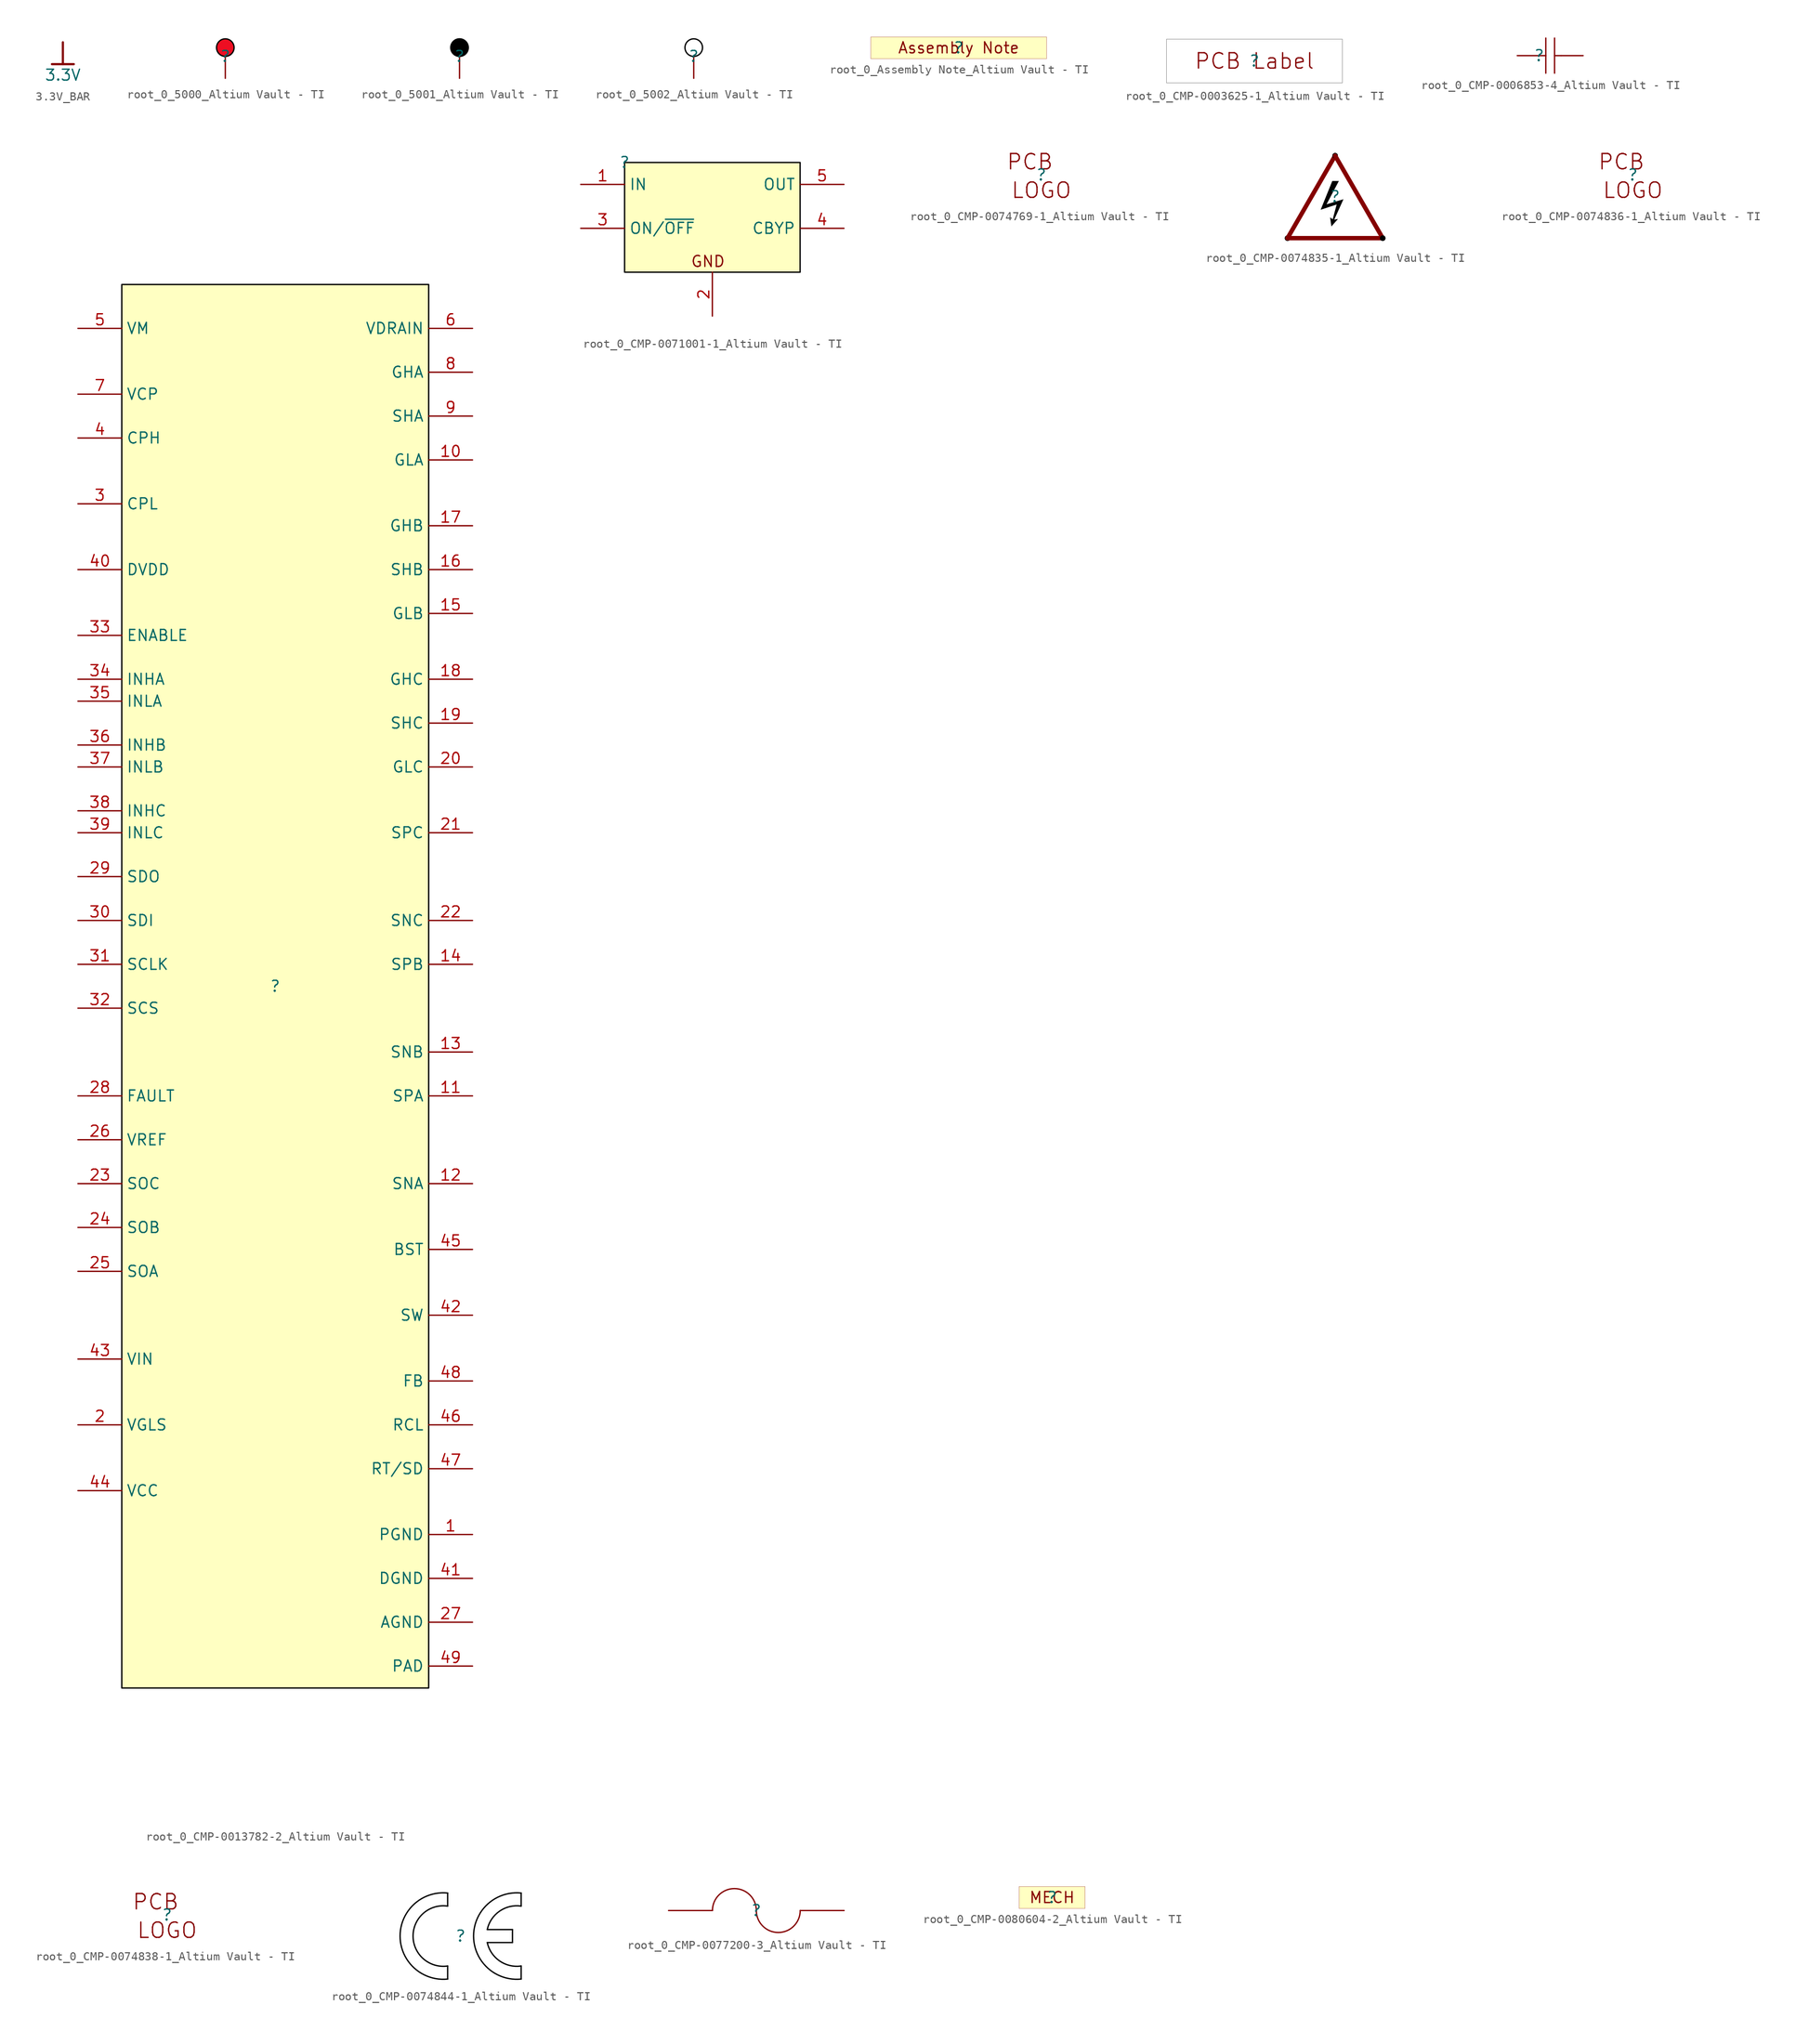
<source format=kicad_sym>
(kicad_symbol_lib
  (version 20241209)
  (generator "kicad_symbol_editor")
  (generator_version "9.0")
  (symbol "3.3V_BAR"
    (power)
    (property "Reference" "#PWR"
      (at 0 0 0)
      (effects (font (size 1.27 1.27)) (hide yes)))
    (property "Value" "3.3V"
      (at 0 -3.81 0)
      (effects (font (size 1.27 1.27))))
    (symbol "3.3V_BAR_0_0"
      (polyline (pts (xy -1.27 -2.54) (xy 1.27 -2.54)) (stroke (width 0.254) (type solid)) (fill (type none)))
      (polyline (pts (xy 0 0) (xy 0 -2.54)) (stroke (width 0.254) (type solid)) (fill (type none)))
      (pin power_in line (at 0 0 0) (length 0) (hide yes) (name "3.3V" (effects (font (size 1.27 1.27)))) (number "" (effects (font (size 1.27 1.27)))))))
  (symbol "root_0_5000_Altium Vault - TI"
    (pin_numbers
      (hide yes))
    (pin_names
      (hide yes))
    (property "Reference" ""
      (at 0 0 0)
      (effects (font (size 1.27 1.27))))
    (property "Value" ""
      (at 0 0 0)
      (effects (font (size 1.27 1.27))))
    (symbol "root_0_5000_Altium Vault - TI_1_0"
      (circle (center 0 1.016) (radius 1.016) (stroke (width 0) (type solid) (color 0 0 0 1)) (fill (type color) (color 238 14 34 1)))
      (pin passive line (at 0 -2.54 90) (length 2.54) (name "" (effects (font (size 1.27 1.27)))) (number "1" (effects (font (size 1.27 1.27)))))))
  (symbol "root_0_5001_Altium Vault - TI"
    (pin_numbers
      (hide yes))
    (pin_names
      (hide yes))
    (property "Reference" ""
      (at 0 0 0)
      (effects (font (size 1.27 1.27))))
    (property "Value" ""
      (at 0 0 0)
      (effects (font (size 1.27 1.27))))
    (symbol "root_0_5001_Altium Vault - TI_1_0"
      (circle (center 0 1.016) (radius 1.016) (stroke (width 0) (type solid) (color 0 0 0 1)) (fill (type outline)))
      (pin passive line (at 0 -2.54 90) (length 2.54) (name "" (effects (font (size 1.27 1.27)))) (number "1" (effects (font (size 1.27 1.27)))))))
  (symbol "root_0_5002_Altium Vault - TI"
    (pin_numbers
      (hide yes))
    (pin_names
      (hide yes))
    (property "Reference" ""
      (at 0 0 0)
      (effects (font (size 1.27 1.27))))
    (property "Value" ""
      (at 0 0 0)
      (effects (font (size 1.27 1.27))))
    (symbol "root_0_5002_Altium Vault - TI_1_0"
      (circle (center 0 1.016) (radius 1.016) (stroke (width 0) (type solid) (color 0 0 0 1)) (fill (type color) (color 255 255 255 1)))
      (pin passive line (at 0 -2.54 90) (length 2.54) (name "" (effects (font (size 1.27 1.27)))) (number "1" (effects (font (size 1.27 1.27)))))))
  (symbol "root_0_Assembly Note_Altium Vault - TI"
    (pin_numbers
      (hide yes))
    (pin_names
      (hide yes))
    (property "Reference" ""
      (at 0 0 0)
      (effects (font (size 1.27 1.27))))
    (property "Value" ""
      (at 0 0 0)
      (effects (font (size 1.27 1.27))))
    (symbol "root_0_Assembly Note_Altium Vault - TI_1_0"
      (rectangle (start 10.16 1.27) (end -10.16 -1.27) (stroke (width 0.025) (type solid) (color 128 0 0 1)) (fill (type background)))
      (text "Assembly Note" (at 0 0 0) (effects (font (size 1.27 1.27))))))
  (symbol "root_0_CMP-0003625-1_Altium Vault - TI"
    (pin_numbers
      (hide yes))
    (pin_names
      (hide yes))
    (property "Reference" ""
      (at 0 0 0)
      (effects (font (size 1.27 1.27))))
    (property "Value" ""
      (at 0 0 0)
      (effects (font (size 1.27 1.27))))
    (symbol "root_0_CMP-0003625-1_Altium Vault - TI_1_0"
      (rectangle (start 10.16 2.54) (end -10.16 -2.54) (stroke (width 0.025) (type solid) (color 0 0 0 1)) (fill (type color) (color 255 255 255 1)))
      (text "PCB Label" (at 0 0 0) (effects (font (size 1.778 1.778))))))
  (symbol "root_0_CMP-0006853-4_Altium Vault - TI"
    (pin_numbers
      (hide yes))
    (pin_names
      (hide yes))
    (property "Reference" ""
      (at 0 0 0)
      (effects (font (size 1.27 1.27))))
    (property "Value" ""
      (at 0 0 0)
      (effects (font (size 1.27 1.27))))
    (symbol "root_0_CMP-0006853-4_Altium Vault - TI_1_0"
      (polyline (pts (xy 0 0) (xy 0.762 0)) (stroke (width 0) (type solid)) (fill (type none)))
      (polyline (pts (xy 0.762 2.032) (xy 0.762 -2.032)) (stroke (width 0) (type solid)) (fill (type none)))
      (polyline (pts (xy 1.778 2.032) (xy 1.778 -2.032)) (stroke (width 0) (type solid)) (fill (type none)))
      (polyline (pts (xy 2.54 0) (xy 1.778 0)) (stroke (width 0) (type solid)) (fill (type none)))
      (pin passive line (at -2.54 0 0) (length 2.54) (name "2" (effects (font (size 1.27 1.27)))) (number "2" (effects (font (size 1.27 1.27)))))
      (pin passive line (at 5.08 0 180) (length 2.54) (name "1" (effects (font (size 1.27 1.27)))) (number "1" (effects (font (size 1.27 1.27)))))))
  (symbol "root_0_CMP-0013782-2_Altium Vault - TI"
    (property "Reference" ""
      (at 0 0 0)
      (effects (font (size 1.27 1.27))))
    (property "Value" ""
      (at 0 0 0)
      (effects (font (size 1.27 1.27))))
    (symbol "root_0_CMP-0013782-2_Altium Vault - TI_1_0"
      (rectangle (start 17.78 81.28) (end -17.78 -81.28) (stroke (width 0) (type solid) (color 0 0 0 1)) (fill (type background)))
      (pin power_in line (at -22.86 76.2 0) (length 5.08) (name "VM" (effects (font (size 1.27 1.27)))) (number "5" (effects (font (size 1.27 1.27)))))
      (pin power_in line (at -22.86 68.58 0) (length 5.08) (name "VCP" (effects (font (size 1.27 1.27)))) (number "7" (effects (font (size 1.27 1.27)))))
      (pin passive line (at -22.86 63.5 0) (length 5.08) (name "CPH" (effects (font (size 1.27 1.27)))) (number "4" (effects (font (size 1.27 1.27)))))
      (pin passive line (at -22.86 55.88 0) (length 5.08) (name "CPL" (effects (font (size 1.27 1.27)))) (number "3" (effects (font (size 1.27 1.27)))))
      (pin power_in line (at -22.86 48.26 0) (length 5.08) (name "DVDD" (effects (font (size 1.27 1.27)))) (number "40" (effects (font (size 1.27 1.27)))))
      (pin input line (at -22.86 40.64 0) (length 5.08) (name "ENABLE" (effects (font (size 1.27 1.27)))) (number "33" (effects (font (size 1.27 1.27)))))
      (pin input line (at -22.86 35.56 0) (length 5.08) (name "INHA" (effects (font (size 1.27 1.27)))) (number "34" (effects (font (size 1.27 1.27)))))
      (pin input line (at -22.86 33.02 0) (length 5.08) (name "INLA" (effects (font (size 1.27 1.27)))) (number "35" (effects (font (size 1.27 1.27)))))
      (pin input line (at -22.86 27.94 0) (length 5.08) (name "INHB" (effects (font (size 1.27 1.27)))) (number "36" (effects (font (size 1.27 1.27)))))
      (pin input line (at -22.86 25.4 0) (length 5.08) (name "INLB" (effects (font (size 1.27 1.27)))) (number "37" (effects (font (size 1.27 1.27)))))
      (pin input line (at -22.86 20.32 0) (length 5.08) (name "INHC" (effects (font (size 1.27 1.27)))) (number "38" (effects (font (size 1.27 1.27)))))
      (pin input line (at -22.86 17.78 0) (length 5.08) (name "INLC" (effects (font (size 1.27 1.27)))) (number "39" (effects (font (size 1.27 1.27)))))
      (pin passive line (at -22.86 12.7 0) (length 5.08) (name "SDO" (effects (font (size 1.27 1.27)))) (number "29" (effects (font (size 1.27 1.27)))))
      (pin input line (at -22.86 7.62 0) (length 5.08) (name "SDI" (effects (font (size 1.27 1.27)))) (number "30" (effects (font (size 1.27 1.27)))))
      (pin input line (at -22.86 2.54 0) (length 5.08) (name "SCLK" (effects (font (size 1.27 1.27)))) (number "31" (effects (font (size 1.27 1.27)))))
      (pin passive line (at -22.86 -2.54 0) (length 5.08) (name "SCS" (effects (font (size 1.27 1.27)))) (number "32" (effects (font (size 1.27 1.27)))))
      (pin open_collector line (at -22.86 -12.7 0) (length 5.08) (name "FAULT" (effects (font (size 1.27 1.27)))) (number "28" (effects (font (size 1.27 1.27)))))
      (pin passive line (at -22.86 -17.78 0) (length 5.08) (name "VREF" (effects (font (size 1.27 1.27)))) (number "26" (effects (font (size 1.27 1.27)))))
      (pin passive line (at -22.86 -22.86 0) (length 5.08) (name "SOC" (effects (font (size 1.27 1.27)))) (number "23" (effects (font (size 1.27 1.27)))))
      (pin passive line (at -22.86 -27.94 0) (length 5.08) (name "SOB" (effects (font (size 1.27 1.27)))) (number "24" (effects (font (size 1.27 1.27)))))
      (pin passive line (at -22.86 -33.02 0) (length 5.08) (name "SOA" (effects (font (size 1.27 1.27)))) (number "25" (effects (font (size 1.27 1.27)))))
      (pin power_in line (at -22.86 -43.18 0) (length 5.08) (name "VIN" (effects (font (size 1.27 1.27)))) (number "43" (effects (font (size 1.27 1.27)))))
      (pin power_in line (at -22.86 -50.8 0) (length 5.08) (name "VGLS" (effects (font (size 1.27 1.27)))) (number "2" (effects (font (size 1.27 1.27)))))
      (pin power_in line (at -22.86 -58.42 0) (length 5.08) (name "VCC" (effects (font (size 1.27 1.27)))) (number "44" (effects (font (size 1.27 1.27)))))
      (pin input line (at 22.86 76.2 180) (length 5.08) (name "VDRAIN" (effects (font (size 1.27 1.27)))) (number "6" (effects (font (size 1.27 1.27)))))
      (pin output line (at 22.86 71.12 180) (length 5.08) (name "GHA" (effects (font (size 1.27 1.27)))) (number "8" (effects (font (size 1.27 1.27)))))
      (pin input line (at 22.86 66.04 180) (length 5.08) (name "SHA" (effects (font (size 1.27 1.27)))) (number "9" (effects (font (size 1.27 1.27)))))
      (pin output line (at 22.86 60.96 180) (length 5.08) (name "GLA" (effects (font (size 1.27 1.27)))) (number "10" (effects (font (size 1.27 1.27)))))
      (pin output line (at 22.86 53.34 180) (length 5.08) (name "GHB" (effects (font (size 1.27 1.27)))) (number "17" (effects (font (size 1.27 1.27)))))
      (pin input line (at 22.86 48.26 180) (length 5.08) (name "SHB" (effects (font (size 1.27 1.27)))) (number "16" (effects (font (size 1.27 1.27)))))
      (pin output line (at 22.86 43.18 180) (length 5.08) (name "GLB" (effects (font (size 1.27 1.27)))) (number "15" (effects (font (size 1.27 1.27)))))
      (pin output line (at 22.86 35.56 180) (length 5.08) (name "GHC" (effects (font (size 1.27 1.27)))) (number "18" (effects (font (size 1.27 1.27)))))
      (pin input line (at 22.86 30.48 180) (length 5.08) (name "SHC" (effects (font (size 1.27 1.27)))) (number "19" (effects (font (size 1.27 1.27)))))
      (pin output line (at 22.86 25.4 180) (length 5.08) (name "GLC" (effects (font (size 1.27 1.27)))) (number "20" (effects (font (size 1.27 1.27)))))
      (pin input line (at 22.86 17.78 180) (length 5.08) (name "SPC" (effects (font (size 1.27 1.27)))) (number "21" (effects (font (size 1.27 1.27)))))
      (pin passive line (at 22.86 7.62 180) (length 5.08) (name "SNC" (effects (font (size 1.27 1.27)))) (number "22" (effects (font (size 1.27 1.27)))))
      (pin input line (at 22.86 2.54 180) (length 5.08) (name "SPB" (effects (font (size 1.27 1.27)))) (number "14" (effects (font (size 1.27 1.27)))))
      (pin passive line (at 22.86 -7.62 180) (length 5.08) (name "SNB" (effects (font (size 1.27 1.27)))) (number "13" (effects (font (size 1.27 1.27)))))
      (pin input line (at 22.86 -12.7 180) (length 5.08) (name "SPA" (effects (font (size 1.27 1.27)))) (number "11" (effects (font (size 1.27 1.27)))))
      (pin passive line (at 22.86 -22.86 180) (length 5.08) (name "SNA" (effects (font (size 1.27 1.27)))) (number "12" (effects (font (size 1.27 1.27)))))
      (pin power_in line (at 22.86 -30.48 180) (length 5.08) (name "BST" (effects (font (size 1.27 1.27)))) (number "45" (effects (font (size 1.27 1.27)))))
      (pin power_in line (at 22.86 -38.1 180) (length 5.08) (name "SW" (effects (font (size 1.27 1.27)))) (number "42" (effects (font (size 1.27 1.27)))))
      (pin input line (at 22.86 -45.72 180) (length 5.08) (name "FB" (effects (font (size 1.27 1.27)))) (number "48" (effects (font (size 1.27 1.27)))))
      (pin input line (at 22.86 -50.8 180) (length 5.08) (name "RCL" (effects (font (size 1.27 1.27)))) (number "46" (effects (font (size 1.27 1.27)))))
      (pin input line (at 22.86 -55.88 180) (length 5.08) (name "RT/SD" (effects (font (size 1.27 1.27)))) (number "47" (effects (font (size 1.27 1.27)))))
      (pin power_in line (at 22.86 -63.5 180) (length 5.08) (name "PGND" (effects (font (size 1.27 1.27)))) (number "1" (effects (font (size 1.27 1.27)))))
      (pin power_in line (at 22.86 -68.58 180) (length 5.08) (name "DGND" (effects (font (size 1.27 1.27)))) (number "41" (effects (font (size 1.27 1.27)))))
      (pin power_in line (at 22.86 -73.66 180) (length 5.08) (name "AGND" (effects (font (size 1.27 1.27)))) (number "27" (effects (font (size 1.27 1.27)))))
      (pin power_in line (at 22.86 -78.74 180) (length 5.08) (name "PAD" (effects (font (size 1.27 1.27)))) (number "49" (effects (font (size 1.27 1.27)))))))
  (symbol "root_0_CMP-0071001-1_Altium Vault - TI"
    (property "Reference" ""
      (at 0 0 0)
      (effects (font (size 1.27 1.27))))
    (property "Value" ""
      (at 0 0 0)
      (effects (font (size 1.27 1.27))))
    (symbol "root_0_CMP-0071001-1_Altium Vault - TI_1_0"
      (rectangle (start 20.32 0) (end 0 -12.7) (stroke (width 0) (type solid) (color 0 0 0 1)) (fill (type background)))
      (text "GND" (at 7.62 -12.192 0) (effects (font (size 1.27 1.27)) (justify left bottom)))
      (pin power_in line (at -5.08 -2.54 0) (length 5.08) (name "IN" (effects (font (size 1.27 1.27)))) (number "1" (effects (font (size 1.27 1.27)))))
      (pin input line (at -5.08 -7.62 0) (length 5.08) (name "ON/~{OFF}" (effects (font (size 1.27 1.27)))) (number "3" (effects (font (size 1.27 1.27)))))
      (pin power_in line (at 10.16 -17.78 90) (length 5.08) (name "GND" (effects (font (size 0 0)))) (number "2" (effects (font (size 1.27 1.27)))))
      (pin power_in line (at 25.4 -2.54 180) (length 5.08) (name "OUT" (effects (font (size 1.27 1.27)))) (number "5" (effects (font (size 1.27 1.27)))))
      (pin passive line (at 25.4 -7.62 180) (length 5.08) (name "CBYP" (effects (font (size 1.27 1.27)))) (number "4" (effects (font (size 1.27 1.27)))))))
  (symbol "root_0_CMP-0074769-1_Altium Vault - TI"
    (pin_numbers
      (hide yes))
    (pin_names
      (hide yes))
    (property "Reference" ""
      (at 0 0 0)
      (effects (font (size 1.27 1.27))))
    (property "Value" ""
      (at 0 0 0)
      (effects (font (size 1.27 1.27))))
    (symbol "root_0_CMP-0074769-1_Altium Vault - TI_1_0"
      (text "PCB" (at -1.328 1.524 0) (effects (font (size 1.778 1.778))))
      (text "LOGO" (at 0 -1.778 0) (effects (font (size 1.778 1.778))))))
  (symbol "root_0_CMP-0074835-1_Altium Vault - TI"
    (pin_numbers
      (hide yes))
    (pin_names
      (hide yes))
    (property "Reference" ""
      (at 0 0 0)
      (effects (font (size 1.27 1.27))))
    (property "Value" ""
      (at 0 0 0)
      (effects (font (size 1.27 1.27))))
    (symbol "root_0_CMP-0074835-1_Altium Vault - TI_1_0"
      (circle (center -5.512 -4.813) (radius 0.318) (stroke (width -0.0001) (type solid) (color 0 0 0 1)) (fill (type outline)))
      (circle (center -5.512 -4.813) (radius 0.318) (stroke (width -0.0001) (type solid) (color 0 0 0 1)) (fill (type outline)))
      (polyline (pts (xy -5.512 -4.813) (xy 0 4.733)) (stroke (width 0.508) (type solid)) (fill (type none)))
      (polyline (pts (xy -5.512 -4.813) (xy 5.512 -4.813)) (stroke (width 0.508) (type solid)) (fill (type none)))
      (polyline (pts (xy -0.33 1.803) (xy 0.432 1.803) (xy -0.991 -0.889) (xy 0.965 -0.305) (xy -0.102 -2.667) (xy 0.33 -2.591) (xy -0.432 -3.454) (xy -0.584 -2.413) (xy -0.279 -2.616) (xy 0.178 -0.914) (xy -1.676 -1.524) (xy -0.33 1.803)) (stroke (width -0.0001) (type solid) (color 0 0 0 1)) (fill (type outline)))
      (circle (center 0 4.733) (radius 0.318) (stroke (width -0.0001) (type solid) (color 0 0 0 1)) (fill (type outline)))
      (circle (center 0 4.733) (radius 0.318) (stroke (width -0.0001) (type solid) (color 0 0 0 1)) (fill (type outline)))
      (polyline (pts (xy 0 4.733) (xy 5.512 -4.813)) (stroke (width 0.508) (type solid)) (fill (type none)))
      (circle (center 5.512 -4.813) (radius 0.318) (stroke (width -0.0001) (type solid) (color 0 0 0 1)) (fill (type outline)))
      (circle (center 5.512 -4.813) (radius 0.318) (stroke (width -0.0001) (type solid) (color 0 0 0 1)) (fill (type outline)))))
  (symbol "root_0_CMP-0074836-1_Altium Vault - TI"
    (pin_numbers
      (hide yes))
    (pin_names
      (hide yes))
    (property "Reference" ""
      (at 0 0 0)
      (effects (font (size 1.27 1.27))))
    (property "Value" ""
      (at 0 0 0)
      (effects (font (size 1.27 1.27))))
    (symbol "root_0_CMP-0074836-1_Altium Vault - TI_1_0"
      (text "PCB" (at -1.328 1.524 0) (effects (font (size 1.778 1.778))))
      (text "LOGO" (at 0 -1.778 0) (effects (font (size 1.778 1.778))))))
  (symbol "root_0_CMP-0074838-1_Altium Vault - TI"
    (pin_numbers
      (hide yes))
    (pin_names
      (hide yes))
    (property "Reference" ""
      (at 0 0 0)
      (effects (font (size 1.27 1.27))))
    (property "Value" ""
      (at 0 0 0)
      (effects (font (size 1.27 1.27))))
    (symbol "root_0_CMP-0074838-1_Altium Vault - TI_1_0"
      (text "PCB" (at -1.328 1.524 0) (effects (font (size 1.778 1.778))))
      (text "LOGO" (at 0 -1.778 0) (effects (font (size 1.778 1.778))))))
  (symbol "root_0_CMP-0074844-1_Altium Vault - TI"
    (pin_numbers
      (hide yes))
    (pin_names
      (hide yes))
    (property "Reference" ""
      (at 0 0 0)
      (effects (font (size 1.27 1.27))))
    (property "Value" ""
      (at 0 0 0)
      (effects (font (size 1.27 1.27))))
    (symbol "root_0_CMP-0074844-1_Altium Vault - TI_1_0"
      (arc (start -1.5 -3.4641) (mid -5.5 0) (end -1.5 3.4641) (stroke (width 0) (type solid) (color 0 0 0 1)) (fill (type none)))
      (arc (start -1.5 -4.9749) (mid -7 0) (end -1.5 4.9749) (stroke (width 0) (type solid) (color 0 0 0 1)) (fill (type none)))
      (polyline (pts (xy -1.5 4.975) (xy -1.5 3.464)) (stroke (width 0) (type solid) (color 0 0 0 1)) (fill (type none)))
      (polyline (pts (xy -1.5 -3.464) (xy -1.5 -4.975)) (stroke (width 0) (type solid) (color 0 0 0 1)) (fill (type none)))
      (polyline (pts (xy 3.081 0.75) (xy 6 0.75)) (stroke (width 0) (type solid) (color 0 0 0 1)) (fill (type none)))
      (polyline (pts (xy 6 0.75) (xy 6 -0.75)) (stroke (width 0) (type solid) (color 0 0 0 1)) (fill (type none)))
      (polyline (pts (xy 6 -0.75) (xy 3.081 -0.75)) (stroke (width 0) (type solid) (color 0 0 0 1)) (fill (type none)))
      (arc (start 3.0813 0.75) (mid 4.5072 2.8773) (end 7 3.4641) (stroke (width 0) (type solid) (color 0 0 0 1)) (fill (type none)))
      (arc (start 7 -3.4641) (mid 4.5072 -2.8773) (end 3.0813 -0.75) (stroke (width 0) (type solid) (color 0 0 0 1)) (fill (type none)))
      (arc (start 7 -4.9749) (mid 1.5 0) (end 7 4.9749) (stroke (width 0) (type solid) (color 0 0 0 1)) (fill (type none)))
      (polyline (pts (xy 7 4.975) (xy 7 3.464)) (stroke (width 0) (type solid) (color 0 0 0 1)) (fill (type none)))
      (polyline (pts (xy 7 -3.464) (xy 7 -4.975)) (stroke (width 0) (type solid) (color 0 0 0 1)) (fill (type none)))))
  (symbol "root_0_CMP-0077200-3_Altium Vault - TI"
    (pin_numbers
      (hide yes))
    (pin_names
      (hide yes))
    (property "Reference" ""
      (at 0 0 0)
      (effects (font (size 1.27 1.27))))
    (property "Value" ""
      (at 0 0 0)
      (effects (font (size 1.27 1.27))))
    (symbol "root_0_CMP-0077200-3_Altium Vault - TI_1_0"
      (arc (start -5.08 0) (mid -2.54 2.54) (end 0 0) (stroke (width 0) (type solid)) (fill (type none)))
      (arc (start 5.08 0) (mid 2.54 -2.54) (end 0 0) (stroke (width 0) (type solid)) (fill (type none)))
      (pin passive line (at -10.16 0 0) (length 5.08) (name "2" (effects (font (size 1.27 1.27)))) (number "2" (effects (font (size 1.27 1.27)))))
      (pin passive line (at 10.16 0 180) (length 5.08) (name "1" (effects (font (size 1.27 1.27)))) (number "1" (effects (font (size 1.27 1.27)))))))
  (symbol "root_0_CMP-0080604-2_Altium Vault - TI"
    (pin_numbers
      (hide yes))
    (pin_names
      (hide yes))
    (property "Reference" ""
      (at 0 0 0)
      (effects (font (size 1.27 1.27))))
    (property "Value" ""
      (at 0 0 0)
      (effects (font (size 1.27 1.27))))
    (symbol "root_0_CMP-0080604-2_Altium Vault - TI_1_0"
      (rectangle (start 3.81 1.27) (end -3.81 -1.27) (stroke (width 0.025) (type solid) (color 128 0 0 1)) (fill (type background)))
      (text "MECH" (at 0 0 0) (effects (font (size 1.27 1.27)))))))
</source>
